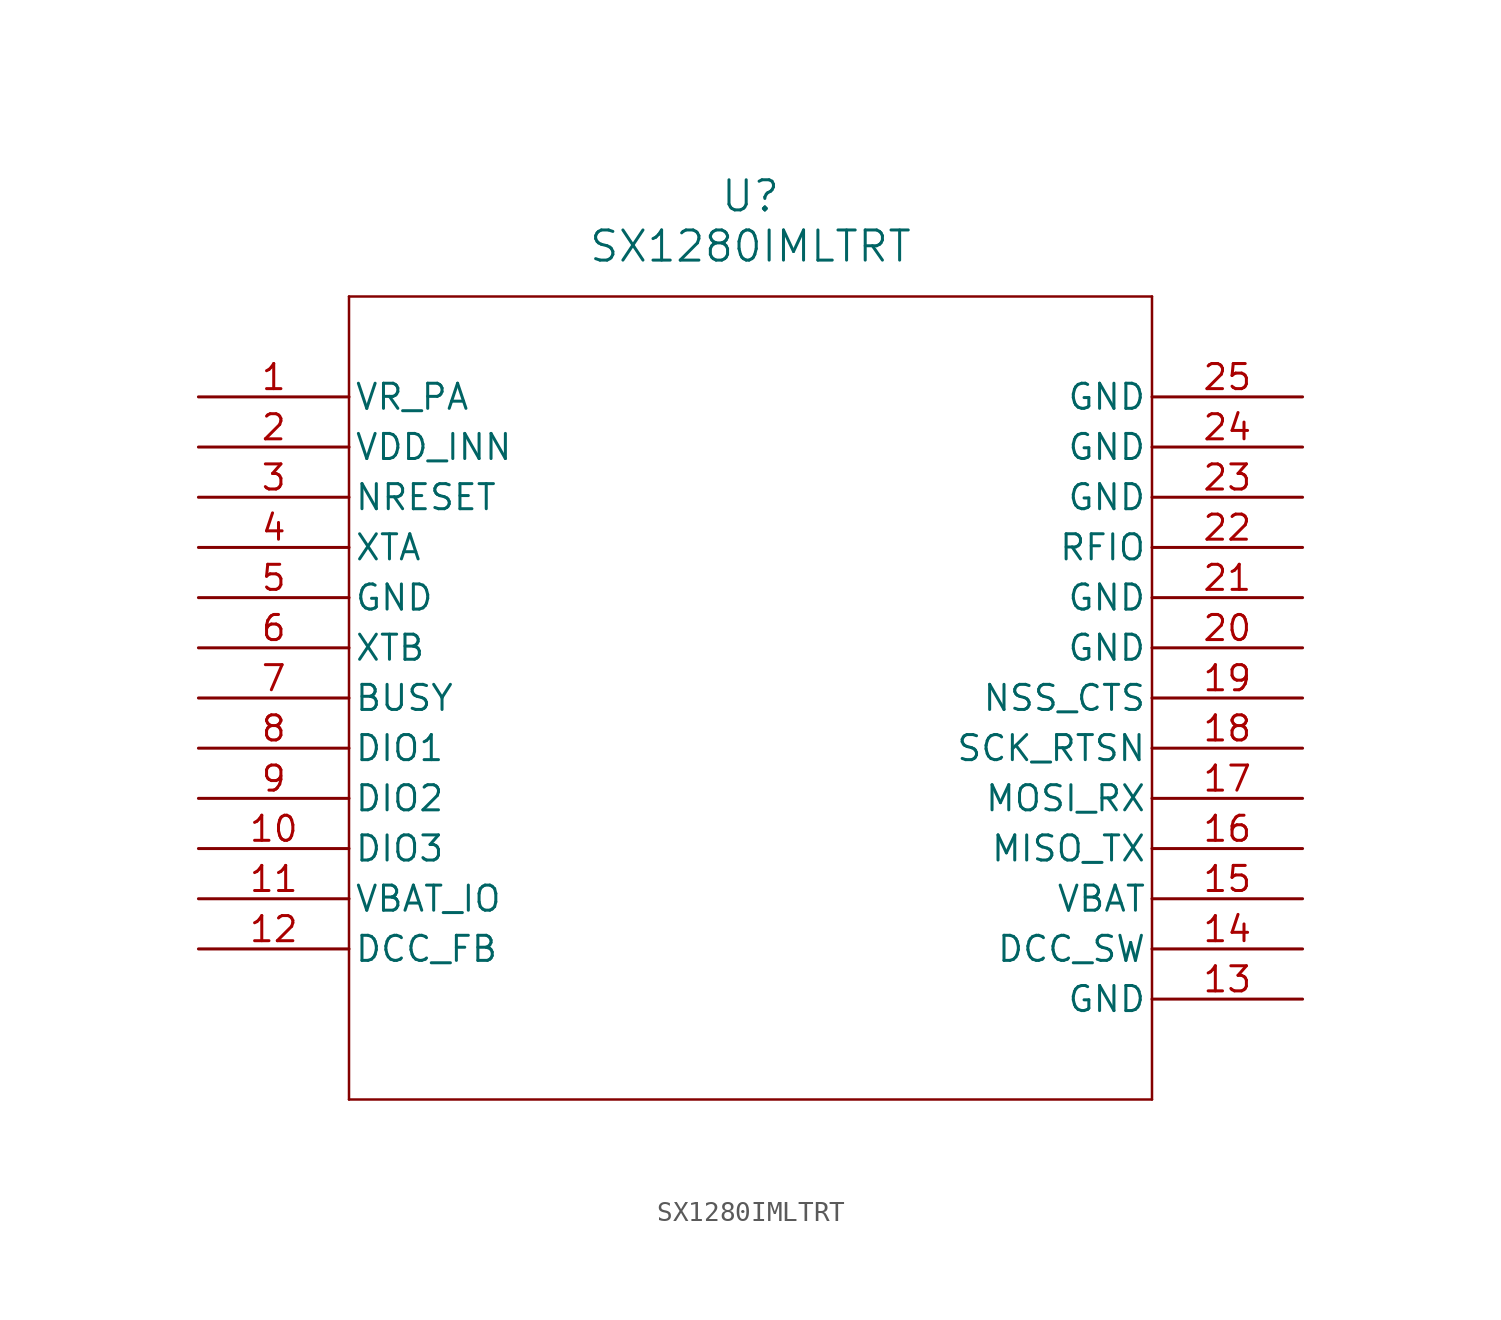
<source format=kicad_sym>
(kicad_symbol_lib
  (version 20231120)
  (generator "kicad_symbol_editor")
  (generator_version "8.0")
  (symbol "SX1280IMLTRT"
    (pin_names
      (offset 0.254))
    (property "Reference" "U"
      (at 27.94 10.16 0)
      (effects (font (size 1.524 1.524))))
    (property "Value" "SX1280IMLTRT"
      (at 27.94 7.62 0)
      (effects (font (size 1.524 1.524))))
    (property "ki_locked" ""
      (at 0 0 0)
      (effects (font (size 1.27 1.27))))
    (symbol "SX1280IMLTRT_0_1"
      (polyline (pts (xy 7.62 -35.56) (xy 48.26 -35.56)) (stroke (width 0.127) (type default)) (fill (type none)))
      (polyline (pts (xy 7.62 5.08) (xy 7.62 -35.56)) (stroke (width 0.127) (type default)) (fill (type none)))
      (polyline (pts (xy 48.26 -35.56) (xy 48.26 5.08)) (stroke (width 0.127) (type default)) (fill (type none)))
      (polyline (pts (xy 48.26 5.08) (xy 7.62 5.08)) (stroke (width 0.127) (type default)) (fill (type none)))
      (pin passive line (at 0 0 0) (length 7.62) (name "VR_PA" (effects (font (size 1.27 1.27)))) (number "1" (effects (font (size 1.27 1.27)))))
      (pin bidirectional line (at 0 -22.86 0) (length 7.62) (name "DIO3" (effects (font (size 1.27 1.27)))) (number "10" (effects (font (size 1.27 1.27)))))
      (pin passive line (at 0 -25.4 0) (length 7.62) (name "VBAT_IO" (effects (font (size 1.27 1.27)))) (number "11" (effects (font (size 1.27 1.27)))))
      (pin output line (at 0 -27.94 0) (length 7.62) (name "DCC_FB" (effects (font (size 1.27 1.27)))) (number "12" (effects (font (size 1.27 1.27)))))
      (pin passive line (at 55.88 -30.48 180) (length 7.62) (name "GND" (effects (font (size 1.27 1.27)))) (number "13" (effects (font (size 1.27 1.27)))))
      (pin output line (at 55.88 -27.94 180) (length 7.62) (name "DCC_SW" (effects (font (size 1.27 1.27)))) (number "14" (effects (font (size 1.27 1.27)))))
      (pin passive line (at 55.88 -25.4 180) (length 7.62) (name "VBAT" (effects (font (size 1.27 1.27)))) (number "15" (effects (font (size 1.27 1.27)))))
      (pin input line (at 55.88 -20.32 180) (length 7.62) (name "MOSI_RX" (effects (font (size 1.27 1.27)))) (number "17" (effects (font (size 1.27 1.27)))))
      (pin input line (at 55.88 -17.78 180) (length 7.62) (name "SCK_RTSN" (effects (font (size 1.27 1.27)))) (number "18" (effects (font (size 1.27 1.27)))))
      (pin input line (at 55.88 -15.24 180) (length 7.62) (name "NSS_CTS" (effects (font (size 1.27 1.27)))) (number "19" (effects (font (size 1.27 1.27)))))
      (pin passive line (at 0 -2.54 0) (length 7.62) (name "VDD_INN" (effects (font (size 1.27 1.27)))) (number "2" (effects (font (size 1.27 1.27)))))
      (pin passive line (at 55.88 -12.7 180) (length 7.62) (name "GND" (effects (font (size 1.27 1.27)))) (number "20" (effects (font (size 1.27 1.27)))))
      (pin passive line (at 55.88 -10.16 180) (length 7.62) (name "GND" (effects (font (size 1.27 1.27)))) (number "21" (effects (font (size 1.27 1.27)))))
      (pin bidirectional line (at 55.88 -7.62 180) (length 7.62) (name "RFIO" (effects (font (size 1.27 1.27)))) (number "22" (effects (font (size 1.27 1.27)))))
      (pin passive line (at 55.88 -5.08 180) (length 7.62) (name "GND" (effects (font (size 1.27 1.27)))) (number "23" (effects (font (size 1.27 1.27)))))
      (pin passive line (at 55.88 -2.54 180) (length 7.62) (name "GND" (effects (font (size 1.27 1.27)))) (number "24" (effects (font (size 1.27 1.27)))))
      (pin passive line (at 55.88 0 180) (length 7.62) (name "GND" (effects (font (size 1.27 1.27)))) (number "25" (effects (font (size 1.27 1.27)))))
      (pin input line (at 0 -5.08 0) (length 7.62) (name "NRESET" (effects (font (size 1.27 1.27)))) (number "3" (effects (font (size 1.27 1.27)))))
      (pin bidirectional line (at 0 -7.62 0) (length 7.62) (name "XTA" (effects (font (size 1.27 1.27)))) (number "4" (effects (font (size 1.27 1.27)))))
      (pin passive line (at 0 -10.16 0) (length 7.62) (name "GND" (effects (font (size 1.27 1.27)))) (number "5" (effects (font (size 1.27 1.27)))))
      (pin bidirectional line (at 0 -12.7 0) (length 7.62) (name "XTB" (effects (font (size 1.27 1.27)))) (number "6" (effects (font (size 1.27 1.27)))))
      (pin output line (at 0 -15.24 0) (length 7.62) (name "BUSY" (effects (font (size 1.27 1.27)))) (number "7" (effects (font (size 1.27 1.27)))))
      (pin bidirectional line (at 0 -17.78 0) (length 7.62) (name "DIO1" (effects (font (size 1.27 1.27)))) (number "8" (effects (font (size 1.27 1.27)))))
      (pin bidirectional line (at 0 -20.32 0) (length 7.62) (name "DIO2" (effects (font (size 1.27 1.27)))) (number "9" (effects (font (size 1.27 1.27))))))
    (symbol "SX1280IMLTRT_1_1"
      (pin passive line (at 55.88 -22.86 180) (length 7.62) (name "MISO_TX" (effects (font (size 1.27 1.27)))) (number "16" (effects (font (size 1.27 1.27))))))))
</source>
